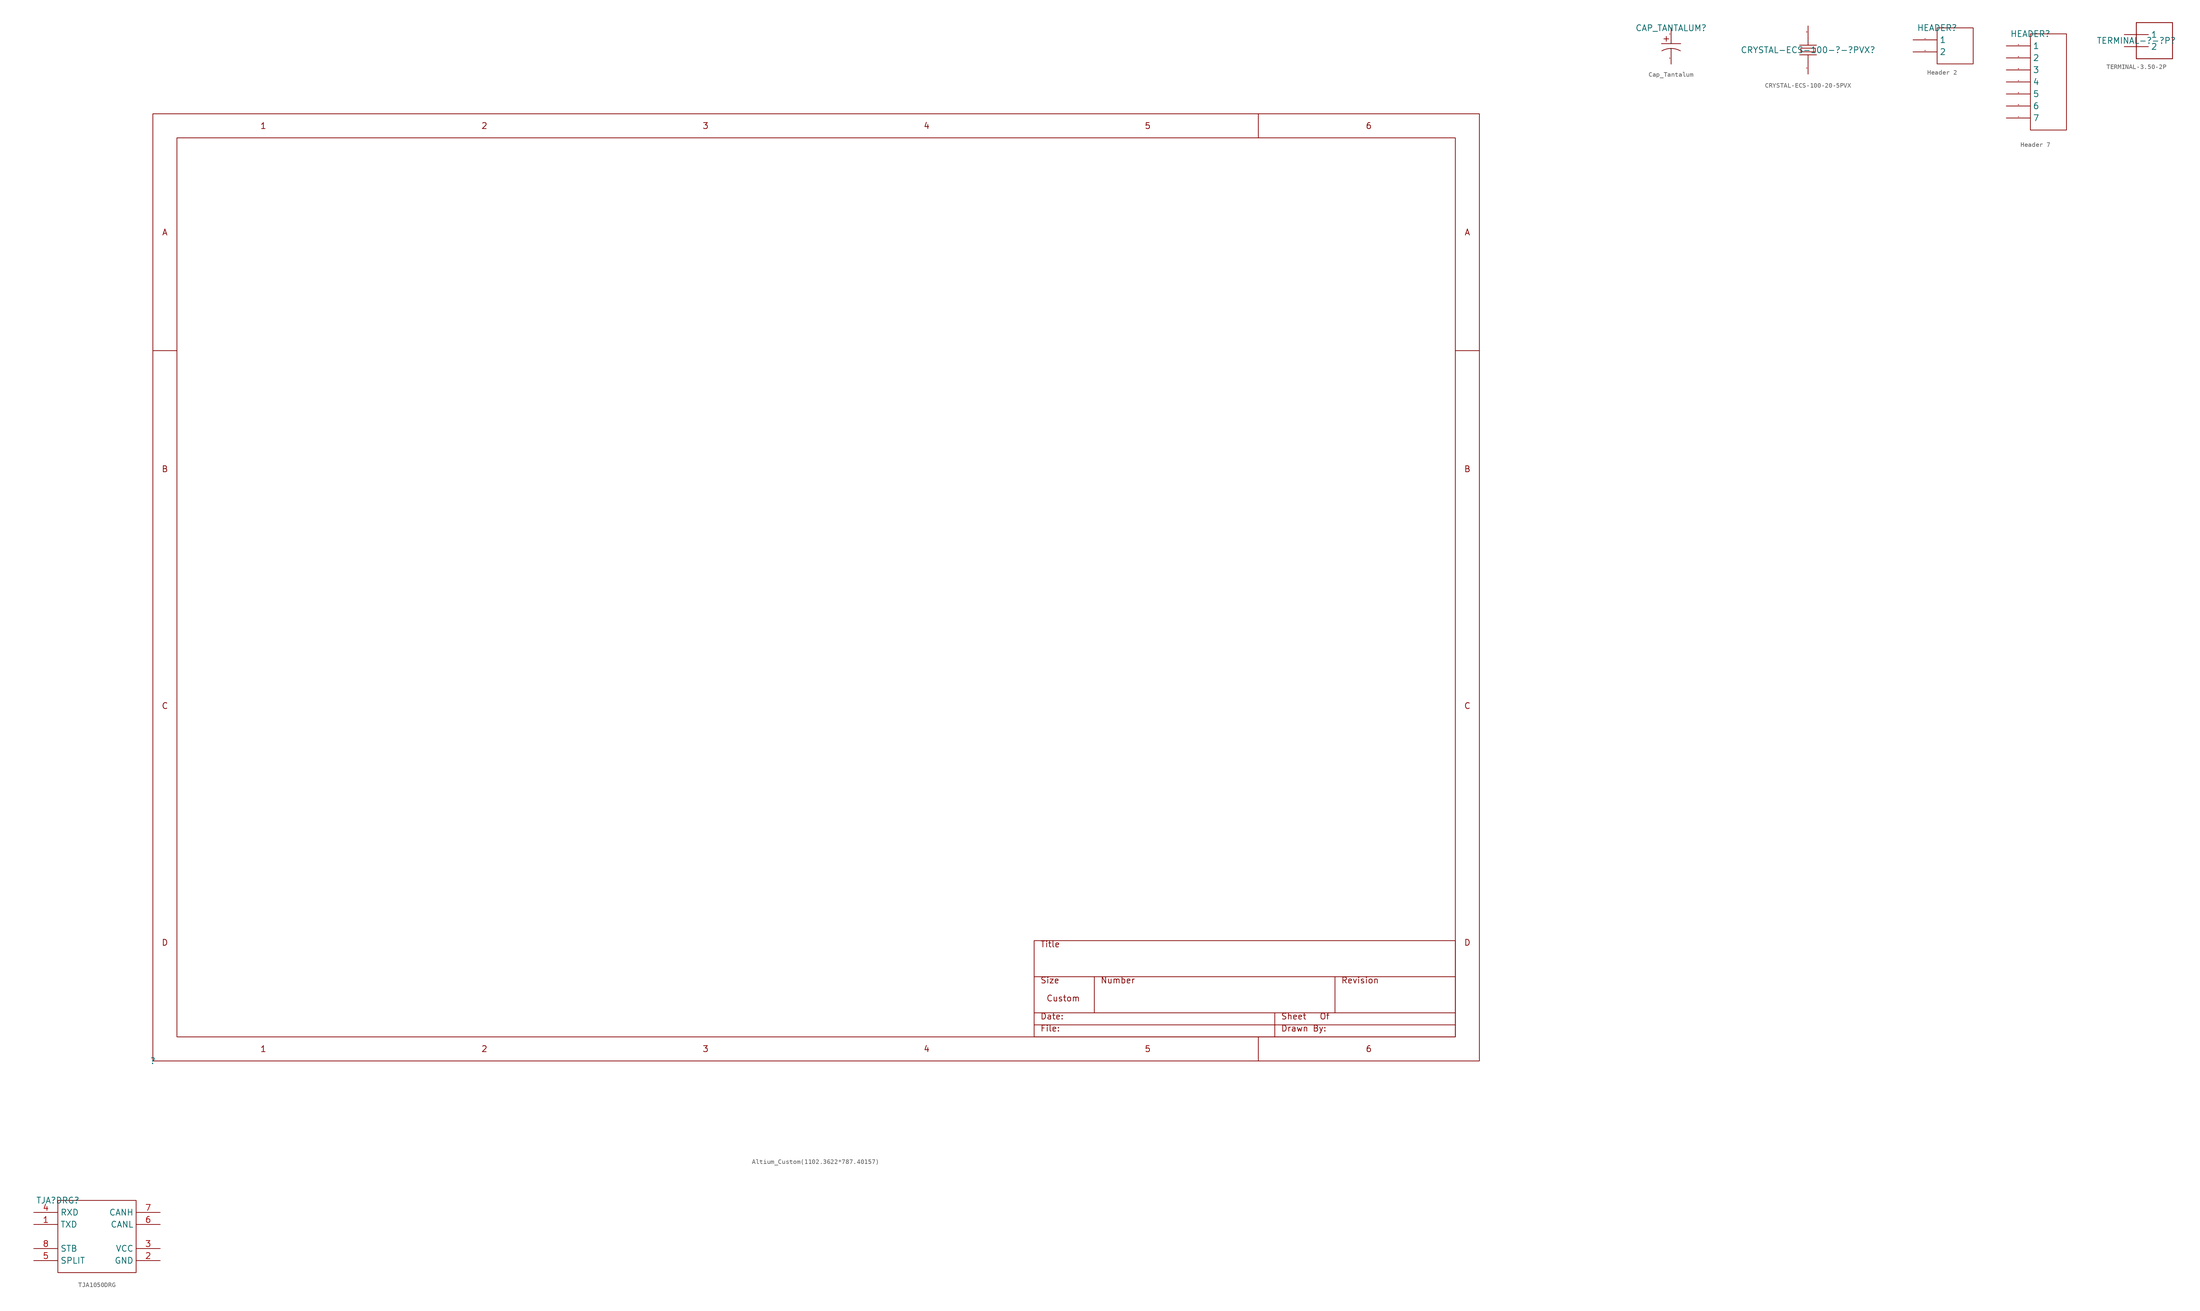
<source format=kicad_sym>
(kicad_symbol_lib
  (version 20231120)
  (generator "kicad_symbol_editor")
  (generator_version "8.0")
  (symbol "Altium_Custom(1102.3622*787.40157)"
    (property "Reference" ""
      (at 0 0 0)
      (effects (font (size 1.27 1.27))))
    (property "Value" ""
      (at 0 0 0)
      (effects (font (size 1.27 1.27))))
    (symbol "Altium_Custom(1102.3622*787.40157)_1_0"
      (polyline (pts (xy 0 149.987) (xy 5.08 149.987)) (stroke (width 0) (type default)) (fill (type none)))
      (polyline (pts (xy 186.004 7.62) (xy 274.904 7.62)) (stroke (width 0) (type default)) (fill (type none)))
      (polyline (pts (xy 186.004 10.16) (xy 274.904 10.16)) (stroke (width 0) (type default)) (fill (type none)))
      (polyline (pts (xy 186.004 17.78) (xy 274.904 17.78)) (stroke (width 0) (type default)) (fill (type none)))
      (polyline (pts (xy 198.704 17.78) (xy 198.704 10.16)) (stroke (width 0) (type default)) (fill (type none)))
      (polyline (pts (xy 233.324 0) (xy 233.324 5.08)) (stroke (width 0) (type default)) (fill (type none)))
      (polyline (pts (xy 233.324 194.92) (xy 233.324 200)) (stroke (width 0) (type default)) (fill (type none)))
      (polyline (pts (xy 236.804 7.62) (xy 236.804 5.08)) (stroke (width 0) (type default)) (fill (type none)))
      (polyline (pts (xy 236.804 10.16) (xy 236.804 7.62)) (stroke (width 0) (type default)) (fill (type none)))
      (polyline (pts (xy 249.504 17.78) (xy 249.504 10.16)) (stroke (width 0) (type default)) (fill (type none)))
      (polyline (pts (xy 274.904 149.987) (xy 279.984 149.987)) (stroke (width 0) (type default)) (fill (type none)))
      (rectangle (start 0 200) (end 279.984 0) (stroke (width 0) (type default)) (fill (type none)))
      (rectangle (start 5.08 194.92) (end 274.904 5.08) (stroke (width 0) (type default)) (fill (type none)))
      (rectangle (start 186.004 25.4) (end 274.904 5.08) (stroke (width 0) (type default)) (fill (type none)))
      (text "1" (at 23.317 2.54 0) (effects (font (size 1.27 1.27))))
      (text "1" (at 23.317 197.46 0) (effects (font (size 1.27 1.27))))
      (text "2" (at 69.977 2.54 0) (effects (font (size 1.27 1.27))))
      (text "2" (at 69.977 197.46 0) (effects (font (size 1.27 1.27))))
      (text "3" (at 116.662 2.54 0) (effects (font (size 1.27 1.27))))
      (text "3" (at 116.662 197.46 0) (effects (font (size 1.27 1.27))))
      (text "4" (at 163.322 2.54 0) (effects (font (size 1.27 1.27))))
      (text "4" (at 163.322 197.46 0) (effects (font (size 1.27 1.27))))
      (text "5" (at 209.982 2.54 0) (effects (font (size 1.27 1.27))))
      (text "5" (at 209.982 197.46 0) (effects (font (size 1.27 1.27))))
      (text "6" (at 256.642 2.54 0) (effects (font (size 1.27 1.27))))
      (text "6" (at 256.642 197.46 0) (effects (font (size 1.27 1.27))))
      (text "A" (at 2.54 174.981 0) (effects (font (size 1.27 1.27))))
      (text "A" (at 277.444 174.981 0) (effects (font (size 1.27 1.27))))
      (text "B" (at 2.54 124.993 0) (effects (font (size 1.27 1.27))))
      (text "B" (at 277.444 124.993 0) (effects (font (size 1.27 1.27))))
      (text "C" (at 2.54 74.981 0) (effects (font (size 1.27 1.27))))
      (text "C" (at 277.444 74.981 0) (effects (font (size 1.27 1.27))))
      (text "Custom" (at 188.544 13.97 0) (effects (font (size 1.27 1.27)) (justify left top)))
      (text "D" (at 2.54 24.994 0) (effects (font (size 1.27 1.27))))
      (text "D" (at 277.444 24.994 0) (effects (font (size 1.27 1.27))))
      (text "Date:" (at 187.274 10.16 0) (effects (font (size 1.27 1.27)) (justify left top)))
      (text "Drawn By:" (at 238.074 7.62 0) (effects (font (size 1.27 1.27)) (justify left top)))
      (text "File:" (at 187.274 7.62 0) (effects (font (size 1.27 1.27)) (justify left top)))
      (text "Number" (at 199.974 17.78 0) (effects (font (size 1.27 1.27)) (justify left top)))
      (text "Of" (at 246.202 10.16 0) (effects (font (size 1.27 1.27)) (justify left top)))
      (text "Revision" (at 250.774 17.78 0) (effects (font (size 1.27 1.27)) (justify left top)))
      (text "Sheet" (at 238.074 10.16 0) (effects (font (size 1.27 1.27)) (justify left top)))
      (text "Size" (at 187.274 17.78 0) (effects (font (size 1.27 1.27)) (justify left top)))
      (text "Title" (at 187.274 25.4 0) (effects (font (size 1.27 1.27)) (justify left top)))))
  (symbol "Cap_Tantalum"
    (property "Reference" "CAP_TANTALUM"
      (at 0 0 0)
      (effects (font (size 1.27 1.27))))
    (property "Value" ""
      (at 0 0 0)
      (effects (font (size 1.27 1.27))))
    (symbol "Cap_Tantalum_1_0"
      (arc (start 0 -4.318) (mid -1.0112 -4.4438) (end -1.9558 -4.826) (stroke (width 0) (type default)) (fill (type none)))
      (polyline (pts (xy -2.032 -3.302) (xy 2.032 -3.302)) (stroke (width 0) (type default)) (fill (type none)))
      (polyline (pts (xy -1.524 -2.286) (xy -0.508 -2.286)) (stroke (width 0) (type default)) (fill (type none)))
      (polyline (pts (xy -1.016 -1.778) (xy -1.016 -2.794)) (stroke (width 0) (type default)) (fill (type none)))
      (polyline (pts (xy 0 -4.318) (xy 0 -5.08)) (stroke (width 0) (type default)) (fill (type none)))
      (polyline (pts (xy 0 -2.54) (xy 0 -3.302)) (stroke (width 0) (type default)) (fill (type none)))
      (arc (start 1.9558 -4.826) (mid 1.0112 -4.4437) (end 0 -4.318) (stroke (width 0) (type default)) (fill (type none)))
      (pin unspecified line (at 0 0 270) (length 2.54) (name "1" (effects (font (size 0.025 0.025)))) (number "1" (effects (font (size 0.025 0.025)))))
      (pin unspecified line (at 0 -7.62 90) (length 2.54) (name "2" (effects (font (size 0.025 0.025)))) (number "2" (effects (font (size 0.025 0.025)))))))
  (symbol "CRYSTAL-ECS-100-20-5PVX"
    (property "Reference" "CRYSTAL-ECS-100-?-?PVX"
      (at 0 0 0)
      (effects (font (size 1.27 1.27))))
    (symbol "CRYSTAL-ECS-100-20-5PVX_1_0"
      (polyline (pts (xy -1.778 -1.016) (xy 1.778 -1.016)) (stroke (width 0) (type default)) (fill (type none)))
      (polyline (pts (xy -1.778 1.016) (xy 1.778 1.016)) (stroke (width 0) (type default)) (fill (type none)))
      (polyline (pts (xy -1.524 -0.381) (xy 1.524 -0.381)) (stroke (width 0) (type default)) (fill (type none)))
      (polyline (pts (xy -1.524 0.381) (xy -1.524 -0.381)) (stroke (width 0) (type default)) (fill (type none)))
      (polyline (pts (xy 0 -2.54) (xy 0 -1.016)) (stroke (width 0) (type default)) (fill (type none)))
      (polyline (pts (xy 0 1.016) (xy 0 2.54)) (stroke (width 0) (type default)) (fill (type none)))
      (polyline (pts (xy 1.524 -0.381) (xy 1.524 0.381)) (stroke (width 0) (type default)) (fill (type none)))
      (polyline (pts (xy 1.524 0.381) (xy -1.524 0.381)) (stroke (width 0) (type default)) (fill (type none)))
      (pin unspecified line (at 0 -5.08 90) (length 2.54) (name "1" (effects (font (size 0.025 0.025)))) (number "1" (effects (font (size 0.025 0.025)))))
      (pin unspecified line (at 0 5.08 270) (length 2.54) (name "2" (effects (font (size 0.025 0.025)))) (number "2" (effects (font (size 0.025 0.025)))))))
  (symbol "Header 2"
    (property "Reference" "HEADER "
      (at 0 0 0)
      (effects (font (size 1.27 1.27))))
    (property "Value" ""
      (at 0 0 0)
      (effects (font (size 1.27 1.27))))
    (symbol "Header 2_1_0"
      (rectangle (start 0 0) (end 7.62 -7.62) (stroke (width 0) (type default)) (fill (type none)))
      (pin unspecified line (at -5.08 -2.54 0) (length 5.08) (name "1" (effects (font (size 1.27 1.27)))) (number "1" (effects (font (size 0.025 0.025)))))
      (pin unspecified line (at -5.08 -5.08 0) (length 5.08) (name "2" (effects (font (size 1.27 1.27)))) (number "2" (effects (font (size 0.025 0.025)))))))
  (symbol "Header 7"
    (property "Reference" "HEADER "
      (at 0 0 0)
      (effects (font (size 1.27 1.27))))
    (property "Value" ""
      (at 0 0 0)
      (effects (font (size 1.27 1.27))))
    (symbol "Header 7_1_0"
      (rectangle (start 0 0) (end 7.62 -20.32) (stroke (width 0) (type default)) (fill (type none)))
      (pin unspecified line (at -5.08 -2.54 0) (length 5.08) (name "1" (effects (font (size 1.27 1.27)))) (number "1" (effects (font (size 0.025 0.025)))))
      (pin unspecified line (at -5.08 -5.08 0) (length 5.08) (name "2" (effects (font (size 1.27 1.27)))) (number "2" (effects (font (size 0.025 0.025)))))
      (pin unspecified line (at -5.08 -7.62 0) (length 5.08) (name "3" (effects (font (size 1.27 1.27)))) (number "3" (effects (font (size 0.025 0.025)))))
      (pin unspecified line (at -5.08 -10.16 0) (length 5.08) (name "4" (effects (font (size 1.27 1.27)))) (number "4" (effects (font (size 0.025 0.025)))))
      (pin unspecified line (at -5.08 -12.7 0) (length 5.08) (name "5" (effects (font (size 1.27 1.27)))) (number "5" (effects (font (size 0.025 0.025)))))
      (pin unspecified line (at -5.08 -15.24 0) (length 5.08) (name "6" (effects (font (size 1.27 1.27)))) (number "6" (effects (font (size 0.025 0.025)))))
      (pin unspecified line (at -5.08 -17.78 0) (length 5.08) (name "7" (effects (font (size 1.27 1.27)))) (number "7" (effects (font (size 0.025 0.025)))))))
  (symbol "TERMINAL-3.50-2P"
    (property "Reference" "TERMINAL-?-?P"
      (at 0 0 0)
      (effects (font (size 1.27 1.27))))
    (property "Value" ""
      (at 0 0 0)
      (effects (font (size 1.27 1.27))))
    (symbol "TERMINAL-3.50-2P_1_0"
      (polyline (pts (xy 0 -3.81) (xy 0 3.81)) (stroke (width 0) (type default)) (fill (type none)))
      (polyline (pts (xy 0 3.81) (xy 7.62 3.81)) (stroke (width 0) (type default)) (fill (type none)))
      (polyline (pts (xy 7.62 -3.81) (xy 0 -3.81)) (stroke (width 0) (type default)) (fill (type none)))
      (polyline (pts (xy 7.62 3.81) (xy 7.62 -3.81)) (stroke (width 0) (type default)) (fill (type none)))
      (rectangle (start 0 3.81) (end 7.62 -3.81) (stroke (width 0) (type default)) (fill (type none)))
      (pin unspecified line (at -2.54 1.27 0) (length 5.08) (name "1" (effects (font (size 1.27 1.27)))) (number "1" (effects (font (size 0.025 0.025)))))
      (pin unspecified line (at -2.54 -1.27 0) (length 5.08) (name "2" (effects (font (size 1.27 1.27)))) (number "2" (effects (font (size 0.025 0.025)))))))
  (symbol "TJA1050DRG"
    (property "Reference" "TJA?DRG"
      (at 0 0 0)
      (effects (font (size 1.27 1.27))))
    (property "Value" ""
      (at 0 0 0)
      (effects (font (size 1.27 1.27))))
    (symbol "TJA1050DRG_1_0"
      (rectangle (start 0 0) (end 16.51 -15.24) (stroke (width 0) (type default)) (fill (type none)))
      (pin unspecified line (at -5.08 -5.08 0) (length 5.08) (name "TXD" (effects (font (size 1.27 1.27)))) (number "1" (effects (font (size 1.27 1.27)))))
      (pin unspecified line (at 21.59 -12.7 180) (length 5.08) (name "GND" (effects (font (size 1.27 1.27)))) (number "2" (effects (font (size 1.27 1.27)))))
      (pin unspecified line (at 21.59 -10.16 180) (length 5.08) (name "VCC" (effects (font (size 1.27 1.27)))) (number "3" (effects (font (size 1.27 1.27)))))
      (pin unspecified line (at -5.08 -2.54 0) (length 5.08) (name "RXD" (effects (font (size 1.27 1.27)))) (number "4" (effects (font (size 1.27 1.27)))))
      (pin unspecified line (at -5.08 -12.7 0) (length 5.08) (name "SPLIT" (effects (font (size 1.27 1.27)))) (number "5" (effects (font (size 1.27 1.27)))))
      (pin unspecified line (at 21.59 -5.08 180) (length 5.08) (name "CANL" (effects (font (size 1.27 1.27)))) (number "6" (effects (font (size 1.27 1.27)))))
      (pin unspecified line (at 21.59 -2.54 180) (length 5.08) (name "CANH" (effects (font (size 1.27 1.27)))) (number "7" (effects (font (size 1.27 1.27)))))
      (pin unspecified line (at -5.08 -10.16 0) (length 5.08) (name "STB" (effects (font (size 1.27 1.27)))) (number "8" (effects (font (size 1.27 1.27))))))))
</source>
